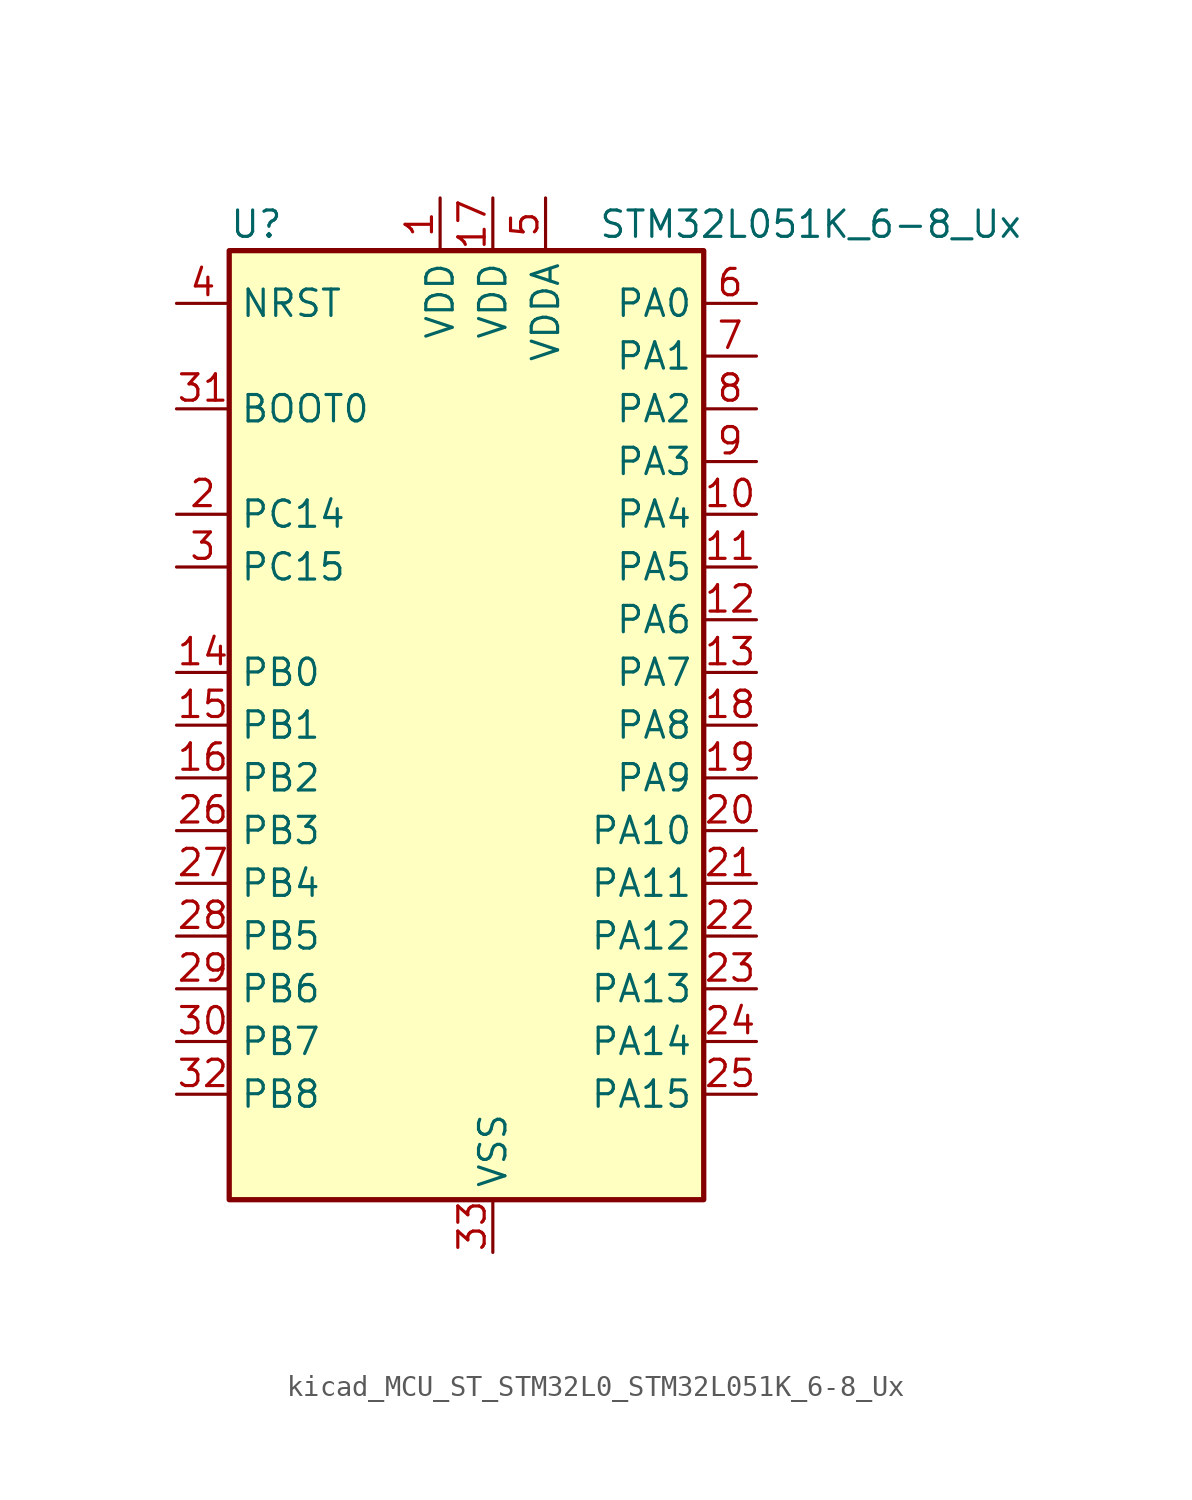
<source format=kicad_sym>
(kicad_symbol_lib
  (version 20220914)
  (generator kicad_symbol_editor)
  (symbol "kicad_MCU_ST_STM32L0_STM32L051K_6-8_Ux"
    (property "Reference" "U"
      (at -10.16 24.13 0)
      (effects (font (size 1.27 1.27)) (justify left)))
    (property "Value" "STM32L051K_6-8_Ux"
      (at 7.62 24.13 0)
      (effects (font (size 1.27 1.27)) (justify left)))
    (property "ki_locked" ""
      (at 0 0 0)
      (effects (font (size 1.27 1.27))))
    (symbol "kicad_MCU_ST_STM32L0_STM32L051K_6-8_Ux_0_1"
      (rectangle (start -10.16 -22.86) (end 12.7 22.86) (stroke (width 0.254) (type default)) (fill (type background))))
    (symbol "kicad_MCU_ST_STM32L0_STM32L051K_6-8_Ux_1_1"
      (pin power_in line (at 0 25.4 270) (length 2.54) (name "VDD" (effects (font (size 1.27 1.27)))) (number "1" (effects (font (size 1.27 1.27)))))
      (pin bidirectional line (at 15.24 10.16 180) (length 2.54) (name "PA4" (effects (font (size 1.27 1.27)))) (number "10" (effects (font (size 1.27 1.27)))) (alternate "ADC_IN4" bidirectional line) (alternate "COMP1_INM" bidirectional line) (alternate "COMP2_INM" bidirectional line) (alternate "SPI1_NSS" bidirectional line) (alternate "TIM22_ETR" bidirectional line) (alternate "USART2_CK" bidirectional line))
      (pin bidirectional line (at 15.24 7.62 180) (length 2.54) (name "PA5" (effects (font (size 1.27 1.27)))) (number "11" (effects (font (size 1.27 1.27)))) (alternate "ADC_IN5" bidirectional line) (alternate "COMP1_INM" bidirectional line) (alternate "COMP2_INM" bidirectional line) (alternate "SPI1_SCK" bidirectional line) (alternate "TIM2_CH1" bidirectional line) (alternate "TIM2_ETR" bidirectional line))
      (pin bidirectional line (at 15.24 5.08 180) (length 2.54) (name "PA6" (effects (font (size 1.27 1.27)))) (number "12" (effects (font (size 1.27 1.27)))) (alternate "ADC_IN6" bidirectional line) (alternate "COMP1_OUT" bidirectional line) (alternate "SPI1_MISO" bidirectional line) (alternate "TIM22_CH1" bidirectional line))
      (pin bidirectional line (at 15.24 2.54 180) (length 2.54) (name "PA7" (effects (font (size 1.27 1.27)))) (number "13" (effects (font (size 1.27 1.27)))) (alternate "ADC_IN7" bidirectional line) (alternate "COMP2_OUT" bidirectional line) (alternate "SPI1_MOSI" bidirectional line) (alternate "TIM22_CH2" bidirectional line))
      (pin bidirectional line (at -12.7 2.54 0) (length 2.54) (name "PB0" (effects (font (size 1.27 1.27)))) (number "14" (effects (font (size 1.27 1.27)))) (alternate "ADC_IN8" bidirectional line) (alternate "SYS_VREF_OUT_PB0" bidirectional line))
      (pin bidirectional line (at -12.7 0 0) (length 2.54) (name "PB1" (effects (font (size 1.27 1.27)))) (number "15" (effects (font (size 1.27 1.27)))) (alternate "ADC_IN9" bidirectional line) (alternate "SYS_VREF_OUT_PB1" bidirectional line))
      (pin bidirectional line (at -12.7 -2.54 0) (length 2.54) (name "PB2" (effects (font (size 1.27 1.27)))) (number "16" (effects (font (size 1.27 1.27)))) (alternate "LPTIM1_OUT" bidirectional line))
      (pin power_in line (at 2.54 25.4 270) (length 2.54) (name "VDD" (effects (font (size 1.27 1.27)))) (number "17" (effects (font (size 1.27 1.27)))))
      (pin bidirectional line (at 15.24 0 180) (length 2.54) (name "PA8" (effects (font (size 1.27 1.27)))) (number "18" (effects (font (size 1.27 1.27)))) (alternate "RCC_MCO" bidirectional line) (alternate "USART1_CK" bidirectional line))
      (pin bidirectional line (at 15.24 -2.54 180) (length 2.54) (name "PA9" (effects (font (size 1.27 1.27)))) (number "19" (effects (font (size 1.27 1.27)))) (alternate "RCC_MCO" bidirectional line) (alternate "USART1_TX" bidirectional line))
      (pin bidirectional line (at -12.7 10.16 0) (length 2.54) (name "PC14" (effects (font (size 1.27 1.27)))) (number "2" (effects (font (size 1.27 1.27)))) (alternate "RCC_OSC32_IN" bidirectional line))
      (pin bidirectional line (at 15.24 -5.08 180) (length 2.54) (name "PA10" (effects (font (size 1.27 1.27)))) (number "20" (effects (font (size 1.27 1.27)))) (alternate "USART1_RX" bidirectional line))
      (pin bidirectional line (at 15.24 -7.62 180) (length 2.54) (name "PA11" (effects (font (size 1.27 1.27)))) (number "21" (effects (font (size 1.27 1.27)))) (alternate "ADC_EXTI11" bidirectional line) (alternate "COMP1_OUT" bidirectional line) (alternate "SPI1_MISO" bidirectional line) (alternate "USART1_CTS" bidirectional line))
      (pin bidirectional line (at 15.24 -10.16 180) (length 2.54) (name "PA12" (effects (font (size 1.27 1.27)))) (number "22" (effects (font (size 1.27 1.27)))) (alternate "COMP2_OUT" bidirectional line) (alternate "SPI1_MOSI" bidirectional line) (alternate "USART1_DE" bidirectional line) (alternate "USART1_RTS" bidirectional line))
      (pin bidirectional line (at 15.24 -12.7 180) (length 2.54) (name "PA13" (effects (font (size 1.27 1.27)))) (number "23" (effects (font (size 1.27 1.27)))) (alternate "SYS_SWDIO" bidirectional line))
      (pin bidirectional line (at 15.24 -15.24 180) (length 2.54) (name "PA14" (effects (font (size 1.27 1.27)))) (number "24" (effects (font (size 1.27 1.27)))) (alternate "SYS_SWCLK" bidirectional line) (alternate "USART2_TX" bidirectional line))
      (pin bidirectional line (at 15.24 -17.78 180) (length 2.54) (name "PA15" (effects (font (size 1.27 1.27)))) (number "25" (effects (font (size 1.27 1.27)))) (alternate "SPI1_NSS" bidirectional line) (alternate "TIM2_CH1" bidirectional line) (alternate "TIM2_ETR" bidirectional line) (alternate "USART2_RX" bidirectional line))
      (pin bidirectional line (at -12.7 -5.08 0) (length 2.54) (name "PB3" (effects (font (size 1.27 1.27)))) (number "26" (effects (font (size 1.27 1.27)))) (alternate "COMP2_INM" bidirectional line) (alternate "SPI1_SCK" bidirectional line) (alternate "TIM2_CH2" bidirectional line))
      (pin bidirectional line (at -12.7 -7.62 0) (length 2.54) (name "PB4" (effects (font (size 1.27 1.27)))) (number "27" (effects (font (size 1.27 1.27)))) (alternate "COMP2_INP" bidirectional line) (alternate "SPI1_MISO" bidirectional line) (alternate "TIM22_CH1" bidirectional line))
      (pin bidirectional line (at -12.7 -10.16 0) (length 2.54) (name "PB5" (effects (font (size 1.27 1.27)))) (number "28" (effects (font (size 1.27 1.27)))) (alternate "COMP2_INP" bidirectional line) (alternate "I2C1_SMBA" bidirectional line) (alternate "LPTIM1_IN1" bidirectional line) (alternate "SPI1_MOSI" bidirectional line) (alternate "TIM22_CH2" bidirectional line))
      (pin bidirectional line (at -12.7 -12.7 0) (length 2.54) (name "PB6" (effects (font (size 1.27 1.27)))) (number "29" (effects (font (size 1.27 1.27)))) (alternate "COMP2_INP" bidirectional line) (alternate "I2C1_SCL" bidirectional line) (alternate "LPTIM1_ETR" bidirectional line) (alternate "USART1_TX" bidirectional line))
      (pin bidirectional line (at -12.7 7.62 0) (length 2.54) (name "PC15" (effects (font (size 1.27 1.27)))) (number "3" (effects (font (size 1.27 1.27)))) (alternate "RCC_OSC32_OUT" bidirectional line))
      (pin bidirectional line (at -12.7 -15.24 0) (length 2.54) (name "PB7" (effects (font (size 1.27 1.27)))) (number "30" (effects (font (size 1.27 1.27)))) (alternate "COMP2_INP" bidirectional line) (alternate "I2C1_SDA" bidirectional line) (alternate "LPTIM1_IN2" bidirectional line) (alternate "SYS_PVD_IN" bidirectional line) (alternate "USART1_RX" bidirectional line))
      (pin input line (at -12.7 15.24 0) (length 2.54) (name "BOOT0" (effects (font (size 1.27 1.27)))) (number "31" (effects (font (size 1.27 1.27)))))
      (pin bidirectional line (at -12.7 -17.78 0) (length 2.54) (name "PB8" (effects (font (size 1.27 1.27)))) (number "32" (effects (font (size 1.27 1.27)))) (alternate "I2C1_SCL" bidirectional line))
      (pin power_in line (at 2.54 -25.4 90) (length 2.54) (name "VSS" (effects (font (size 1.27 1.27)))) (number "33" (effects (font (size 1.27 1.27)))))
      (pin input line (at -12.7 20.32 0) (length 2.54) (name "NRST" (effects (font (size 1.27 1.27)))) (number "4" (effects (font (size 1.27 1.27)))))
      (pin power_in line (at 5.08 25.4 270) (length 2.54) (name "VDDA" (effects (font (size 1.27 1.27)))) (number "5" (effects (font (size 1.27 1.27)))))
      (pin bidirectional line (at 15.24 20.32 180) (length 2.54) (name "PA0" (effects (font (size 1.27 1.27)))) (number "6" (effects (font (size 1.27 1.27)))) (alternate "ADC_IN0" bidirectional line) (alternate "COMP1_INM" bidirectional line) (alternate "COMP1_OUT" bidirectional line) (alternate "RTC_TAMP2" bidirectional line) (alternate "SYS_WKUP1" bidirectional line) (alternate "TIM2_CH1" bidirectional line) (alternate "TIM2_ETR" bidirectional line) (alternate "USART2_CTS" bidirectional line))
      (pin bidirectional line (at 15.24 17.78 180) (length 2.54) (name "PA1" (effects (font (size 1.27 1.27)))) (number "7" (effects (font (size 1.27 1.27)))) (alternate "ADC_IN1" bidirectional line) (alternate "COMP1_INP" bidirectional line) (alternate "TIM21_ETR" bidirectional line) (alternate "TIM2_CH2" bidirectional line) (alternate "USART2_DE" bidirectional line) (alternate "USART2_RTS" bidirectional line))
      (pin bidirectional line (at 15.24 15.24 180) (length 2.54) (name "PA2" (effects (font (size 1.27 1.27)))) (number "8" (effects (font (size 1.27 1.27)))) (alternate "ADC_IN2" bidirectional line) (alternate "COMP2_INM" bidirectional line) (alternate "COMP2_OUT" bidirectional line) (alternate "TIM21_CH1" bidirectional line) (alternate "TIM2_CH3" bidirectional line) (alternate "USART2_TX" bidirectional line))
      (pin bidirectional line (at 15.24 12.7 180) (length 2.54) (name "PA3" (effects (font (size 1.27 1.27)))) (number "9" (effects (font (size 1.27 1.27)))) (alternate "ADC_IN3" bidirectional line) (alternate "COMP2_INP" bidirectional line) (alternate "TIM21_CH2" bidirectional line) (alternate "TIM2_CH4" bidirectional line) (alternate "USART2_RX" bidirectional line)))))
</source>
